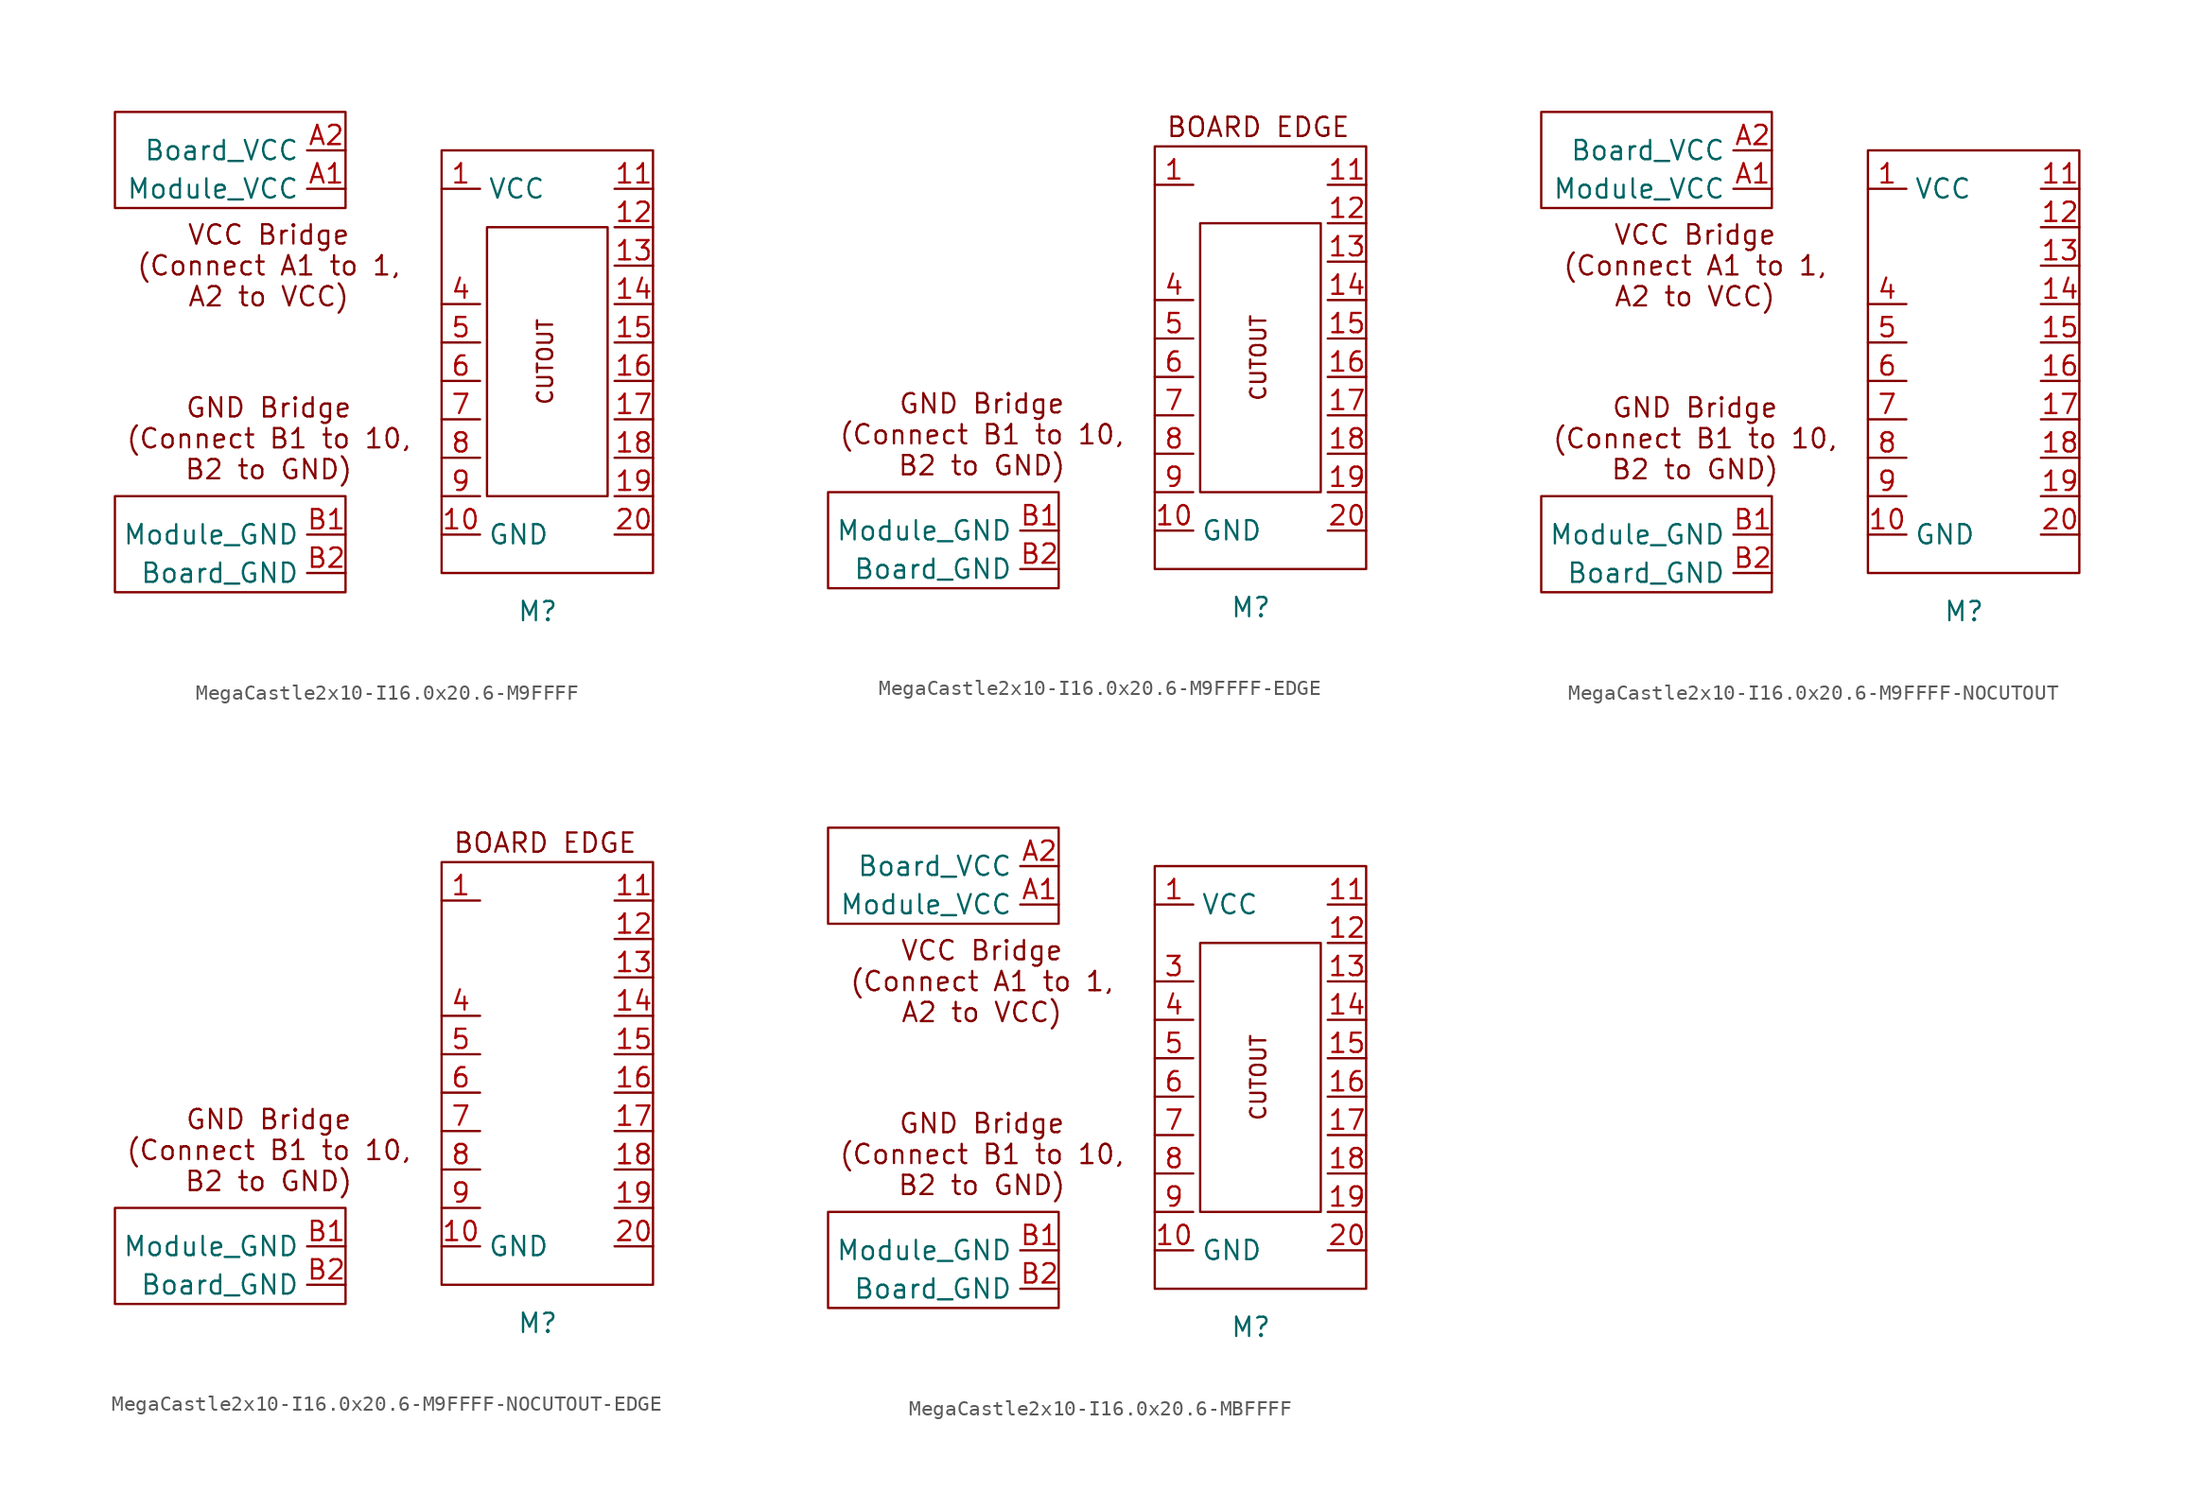
<source format=kicad_sym>
(kicad_symbol_lib
  (version 20241209)
  (generator "kicad_symbol_editor")
  (generator_version "9.0")
  (symbol "MegaCastle2x10-I16.0x20.6-M9FFFF"
    (property "Reference" "M"
      (at 0 -16.51 0)
      (effects (font (size 1.27 1.27))))
    (property "Value" ""
      (at 0 5.08 0)
      (effects (font (size 1.27 1.27))))
    (symbol "MegaCastle2x10-I16.0x20.6-M9FFFF_0_1"
      (rectangle (start -27.94 16.51) (end -12.7 10.16) (stroke (width 0) (type default)) (fill (type none)))
      (rectangle (start -27.94 -8.89) (end -12.7 -15.24) (stroke (width 0) (type default)) (fill (type none)))
      (rectangle (start -6.35 13.97) (end 7.62 -13.97) (stroke (width 0) (type default)) (fill (type none)))
      (rectangle (start -3.35 8.89) (end 4.62 -8.89) (stroke (width 0) (type default)) (fill (type none))))
    (symbol "MegaCastle2x10-I16.0x20.6-M9FFFF_1_1"
      (text "VCC Bridge\n(Connect A1 to 1,\nA2 to VCC)" (at -17.78 6.35 0) (effects (font (size 1.27 1.27))))
      (text "GND Bridge\n(Connect B1 to 10,\nB2 to GND)" (at -17.78 -5.08 0) (effects (font (size 1.27 1.27))))
      (text "CUTOUT" (at 0.5 0 900) (effects (font (size 1 1))))
      (pin bidirectional line (at -12.7 13.97 180) (length 2.54) (name "Board_VCC" (effects (font (size 1.27 1.27)))) (number "A2" (effects (font (size 1.27 1.27)))))
      (pin bidirectional line (at -12.7 11.43 180) (length 2.54) (name "Module_VCC" (effects (font (size 1.27 1.27)))) (number "A1" (effects (font (size 1.27 1.27)))))
      (pin bidirectional line (at -12.7 -11.43 180) (length 2.54) (name "Module_GND" (effects (font (size 1.27 1.27)))) (number "B1" (effects (font (size 1.27 1.27)))))
      (pin bidirectional line (at -12.7 -13.97 180) (length 2.54) (name "Board_GND" (effects (font (size 1.27 1.27)))) (number "B2" (effects (font (size 1.27 1.27)))))
      (pin bidirectional line (at -6.35 11.43 0) (length 2.54) (name "VCC" (effects (font (size 1.27 1.27)))) (number "1" (effects (font (size 1.27 1.27)))))
      (pin bidirectional line (at -6.35 3.81 0) (length 2.54) (name "" (effects (font (size 1.27 1.27)))) (number "4" (effects (font (size 1.27 1.27)))))
      (pin bidirectional line (at -6.35 1.27 0) (length 2.54) (name "" (effects (font (size 1.27 1.27)))) (number "5" (effects (font (size 1.27 1.27)))))
      (pin bidirectional line (at -6.35 -1.27 0) (length 2.54) (name "" (effects (font (size 1.27 1.27)))) (number "6" (effects (font (size 1.27 1.27)))))
      (pin bidirectional line (at -6.35 -3.81 0) (length 2.54) (name "" (effects (font (size 1.27 1.27)))) (number "7" (effects (font (size 1.27 1.27)))))
      (pin bidirectional line (at -6.35 -6.35 0) (length 2.54) (name "" (effects (font (size 1.27 1.27)))) (number "8" (effects (font (size 1.27 1.27)))))
      (pin bidirectional line (at -6.35 -8.89 0) (length 2.54) (name "" (effects (font (size 1.27 1.27)))) (number "9" (effects (font (size 1.27 1.27)))))
      (pin bidirectional line (at -6.35 -11.43 0) (length 2.54) (name "GND" (effects (font (size 1.27 1.27)))) (number "10" (effects (font (size 1.27 1.27)))))
      (pin bidirectional line (at 7.62 11.43 180) (length 2.54) (name "" (effects (font (size 1.27 1.27)))) (number "11" (effects (font (size 1.27 1.27)))))
      (pin bidirectional line (at 7.62 8.89 180) (length 2.54) (name "" (effects (font (size 1.27 1.27)))) (number "12" (effects (font (size 1.27 1.27)))))
      (pin bidirectional line (at 7.62 6.35 180) (length 2.54) (name "" (effects (font (size 1.27 1.27)))) (number "13" (effects (font (size 1.27 1.27)))))
      (pin bidirectional line (at 7.62 3.81 180) (length 2.54) (name "" (effects (font (size 1.27 1.27)))) (number "14" (effects (font (size 1.27 1.27)))))
      (pin bidirectional line (at 7.62 1.27 180) (length 2.54) (name "" (effects (font (size 1.27 1.27)))) (number "15" (effects (font (size 1.27 1.27)))))
      (pin bidirectional line (at 7.62 -1.27 180) (length 2.54) (name "" (effects (font (size 1.27 1.27)))) (number "16" (effects (font (size 1.27 1.27)))))
      (pin bidirectional line (at 7.62 -3.81 180) (length 2.54) (name "" (effects (font (size 1.27 1.27)))) (number "17" (effects (font (size 1.27 1.27)))))
      (pin bidirectional line (at 7.62 -6.35 180) (length 2.54) (name "" (effects (font (size 1.27 1.27)))) (number "18" (effects (font (size 1.27 1.27)))))
      (pin bidirectional line (at 7.62 -8.89 180) (length 2.54) (name "" (effects (font (size 1.27 1.27)))) (number "19" (effects (font (size 1.27 1.27)))))
      (pin bidirectional line (at 7.62 -11.43 180) (length 2.54) (name "" (effects (font (size 1.27 1.27)))) (number "20" (effects (font (size 1.27 1.27)))))))
  (symbol "MegaCastle2x10-I16.0x20.6-M9FFFF-EDGE"
    (property "Reference" "M"
      (at 0 -16.51 0)
      (effects (font (size 1.27 1.27))))
    (property "Value" ""
      (at 0 5.08 0)
      (effects (font (size 1.27 1.27))))
    (symbol "MegaCastle2x10-I16.0x20.6-M9FFFF-EDGE_0_1"
      (rectangle (start -27.94 -8.89) (end -12.7 -15.24) (stroke (width 0) (type default)) (fill (type none)))
      (rectangle (start -6.35 13.97) (end 7.62 -13.97) (stroke (width 0) (type default)) (fill (type none)))
      (rectangle (start -3.35 8.89) (end 4.62 -8.89) (stroke (width 0) (type default)) (fill (type none))))
    (symbol "MegaCastle2x10-I16.0x20.6-M9FFFF-EDGE_1_1"
      (text "GND Bridge\n(Connect B1 to 10,\nB2 to GND)" (at -17.78 -5.08 0) (effects (font (size 1.27 1.27))))
      (text " BOARD EDGE" (at 0 15.24 0) (effects (font (size 1.27 1.27))))
      (text "CUTOUT" (at 0.5 0 900) (effects (font (size 1 1))))
      (pin bidirectional line (at -12.7 -11.43 180) (length 2.54) (name "Module_GND" (effects (font (size 1.27 1.27)))) (number "B1" (effects (font (size 1.27 1.27)))))
      (pin bidirectional line (at -12.7 -13.97 180) (length 2.54) (name "Board_GND" (effects (font (size 1.27 1.27)))) (number "B2" (effects (font (size 1.27 1.27)))))
      (pin bidirectional line (at -6.35 11.43 0) (length 2.54) (name "" (effects (font (size 1.27 1.27)))) (number "1" (effects (font (size 1.27 1.27)))))
      (pin bidirectional line (at -6.35 3.81 0) (length 2.54) (name "" (effects (font (size 1.27 1.27)))) (number "4" (effects (font (size 1.27 1.27)))))
      (pin bidirectional line (at -6.35 1.27 0) (length 2.54) (name "" (effects (font (size 1.27 1.27)))) (number "5" (effects (font (size 1.27 1.27)))))
      (pin bidirectional line (at -6.35 -1.27 0) (length 2.54) (name "" (effects (font (size 1.27 1.27)))) (number "6" (effects (font (size 1.27 1.27)))))
      (pin bidirectional line (at -6.35 -3.81 0) (length 2.54) (name "" (effects (font (size 1.27 1.27)))) (number "7" (effects (font (size 1.27 1.27)))))
      (pin bidirectional line (at -6.35 -6.35 0) (length 2.54) (name "" (effects (font (size 1.27 1.27)))) (number "8" (effects (font (size 1.27 1.27)))))
      (pin bidirectional line (at -6.35 -8.89 0) (length 2.54) (name "" (effects (font (size 1.27 1.27)))) (number "9" (effects (font (size 1.27 1.27)))))
      (pin bidirectional line (at -6.35 -11.43 0) (length 2.54) (name "GND" (effects (font (size 1.27 1.27)))) (number "10" (effects (font (size 1.27 1.27)))))
      (pin bidirectional line (at 7.62 11.43 180) (length 2.54) (name "" (effects (font (size 1.27 1.27)))) (number "11" (effects (font (size 1.27 1.27)))))
      (pin bidirectional line (at 7.62 8.89 180) (length 2.54) (name "" (effects (font (size 1.27 1.27)))) (number "12" (effects (font (size 1.27 1.27)))))
      (pin bidirectional line (at 7.62 6.35 180) (length 2.54) (name "" (effects (font (size 1.27 1.27)))) (number "13" (effects (font (size 1.27 1.27)))))
      (pin bidirectional line (at 7.62 3.81 180) (length 2.54) (name "" (effects (font (size 1.27 1.27)))) (number "14" (effects (font (size 1.27 1.27)))))
      (pin bidirectional line (at 7.62 1.27 180) (length 2.54) (name "" (effects (font (size 1.27 1.27)))) (number "15" (effects (font (size 1.27 1.27)))))
      (pin bidirectional line (at 7.62 -1.27 180) (length 2.54) (name "" (effects (font (size 1.27 1.27)))) (number "16" (effects (font (size 1.27 1.27)))))
      (pin bidirectional line (at 7.62 -3.81 180) (length 2.54) (name "" (effects (font (size 1.27 1.27)))) (number "17" (effects (font (size 1.27 1.27)))))
      (pin bidirectional line (at 7.62 -6.35 180) (length 2.54) (name "" (effects (font (size 1.27 1.27)))) (number "18" (effects (font (size 1.27 1.27)))))
      (pin bidirectional line (at 7.62 -8.89 180) (length 2.54) (name "" (effects (font (size 1.27 1.27)))) (number "19" (effects (font (size 1.27 1.27)))))
      (pin bidirectional line (at 7.62 -11.43 180) (length 2.54) (name "" (effects (font (size 1.27 1.27)))) (number "20" (effects (font (size 1.27 1.27)))))))
  (symbol "MegaCastle2x10-I16.0x20.6-M9FFFF-NOCUTOUT"
    (property "Reference" "M"
      (at 0 -16.51 0)
      (effects (font (size 1.27 1.27))))
    (property "Value" ""
      (at 0 5.08 0)
      (effects (font (size 1.27 1.27))))
    (symbol "MegaCastle2x10-I16.0x20.6-M9FFFF-NOCUTOUT_0_1"
      (rectangle (start -27.94 16.51) (end -12.7 10.16) (stroke (width 0) (type default)) (fill (type none)))
      (rectangle (start -27.94 -8.89) (end -12.7 -15.24) (stroke (width 0) (type default)) (fill (type none)))
      (rectangle (start -6.35 13.97) (end 7.62 -13.97) (stroke (width 0) (type default)) (fill (type none))))
    (symbol "MegaCastle2x10-I16.0x20.6-M9FFFF-NOCUTOUT_1_1"
      (text "VCC Bridge\n(Connect A1 to 1,\nA2 to VCC)" (at -17.78 6.35 0) (effects (font (size 1.27 1.27))))
      (text "GND Bridge\n(Connect B1 to 10,\nB2 to GND)" (at -17.78 -5.08 0) (effects (font (size 1.27 1.27))))
      (pin bidirectional line (at -12.7 13.97 180) (length 2.54) (name "Board_VCC" (effects (font (size 1.27 1.27)))) (number "A2" (effects (font (size 1.27 1.27)))))
      (pin bidirectional line (at -12.7 11.43 180) (length 2.54) (name "Module_VCC" (effects (font (size 1.27 1.27)))) (number "A1" (effects (font (size 1.27 1.27)))))
      (pin bidirectional line (at -12.7 -11.43 180) (length 2.54) (name "Module_GND" (effects (font (size 1.27 1.27)))) (number "B1" (effects (font (size 1.27 1.27)))))
      (pin bidirectional line (at -12.7 -13.97 180) (length 2.54) (name "Board_GND" (effects (font (size 1.27 1.27)))) (number "B2" (effects (font (size 1.27 1.27)))))
      (pin bidirectional line (at -6.35 11.43 0) (length 2.54) (name "VCC" (effects (font (size 1.27 1.27)))) (number "1" (effects (font (size 1.27 1.27)))))
      (pin bidirectional line (at -6.35 3.81 0) (length 2.54) (name "" (effects (font (size 1.27 1.27)))) (number "4" (effects (font (size 1.27 1.27)))))
      (pin bidirectional line (at -6.35 1.27 0) (length 2.54) (name "" (effects (font (size 1.27 1.27)))) (number "5" (effects (font (size 1.27 1.27)))))
      (pin bidirectional line (at -6.35 -1.27 0) (length 2.54) (name "" (effects (font (size 1.27 1.27)))) (number "6" (effects (font (size 1.27 1.27)))))
      (pin bidirectional line (at -6.35 -3.81 0) (length 2.54) (name "" (effects (font (size 1.27 1.27)))) (number "7" (effects (font (size 1.27 1.27)))))
      (pin bidirectional line (at -6.35 -6.35 0) (length 2.54) (name "" (effects (font (size 1.27 1.27)))) (number "8" (effects (font (size 1.27 1.27)))))
      (pin bidirectional line (at -6.35 -8.89 0) (length 2.54) (name "" (effects (font (size 1.27 1.27)))) (number "9" (effects (font (size 1.27 1.27)))))
      (pin bidirectional line (at -6.35 -11.43 0) (length 2.54) (name "GND" (effects (font (size 1.27 1.27)))) (number "10" (effects (font (size 1.27 1.27)))))
      (pin bidirectional line (at 7.62 11.43 180) (length 2.54) (name "" (effects (font (size 1.27 1.27)))) (number "11" (effects (font (size 1.27 1.27)))))
      (pin bidirectional line (at 7.62 8.89 180) (length 2.54) (name "" (effects (font (size 1.27 1.27)))) (number "12" (effects (font (size 1.27 1.27)))))
      (pin bidirectional line (at 7.62 6.35 180) (length 2.54) (name "" (effects (font (size 1.27 1.27)))) (number "13" (effects (font (size 1.27 1.27)))))
      (pin bidirectional line (at 7.62 3.81 180) (length 2.54) (name "" (effects (font (size 1.27 1.27)))) (number "14" (effects (font (size 1.27 1.27)))))
      (pin bidirectional line (at 7.62 1.27 180) (length 2.54) (name "" (effects (font (size 1.27 1.27)))) (number "15" (effects (font (size 1.27 1.27)))))
      (pin bidirectional line (at 7.62 -1.27 180) (length 2.54) (name "" (effects (font (size 1.27 1.27)))) (number "16" (effects (font (size 1.27 1.27)))))
      (pin bidirectional line (at 7.62 -3.81 180) (length 2.54) (name "" (effects (font (size 1.27 1.27)))) (number "17" (effects (font (size 1.27 1.27)))))
      (pin bidirectional line (at 7.62 -6.35 180) (length 2.54) (name "" (effects (font (size 1.27 1.27)))) (number "18" (effects (font (size 1.27 1.27)))))
      (pin bidirectional line (at 7.62 -8.89 180) (length 2.54) (name "" (effects (font (size 1.27 1.27)))) (number "19" (effects (font (size 1.27 1.27)))))
      (pin bidirectional line (at 7.62 -11.43 180) (length 2.54) (name "" (effects (font (size 1.27 1.27)))) (number "20" (effects (font (size 1.27 1.27)))))))
  (symbol "MegaCastle2x10-I16.0x20.6-M9FFFF-NOCUTOUT-EDGE"
    (property "Reference" "M"
      (at 0 -16.51 0)
      (effects (font (size 1.27 1.27))))
    (property "Value" ""
      (at 0 5.08 0)
      (effects (font (size 1.27 1.27))))
    (symbol "MegaCastle2x10-I16.0x20.6-M9FFFF-NOCUTOUT-EDGE_0_1"
      (rectangle (start -27.94 -8.89) (end -12.7 -15.24) (stroke (width 0) (type default)) (fill (type none)))
      (rectangle (start -6.35 13.97) (end 7.62 -13.97) (stroke (width 0) (type default)) (fill (type none))))
    (symbol "MegaCastle2x10-I16.0x20.6-M9FFFF-NOCUTOUT-EDGE_1_1"
      (text "GND Bridge\n(Connect B1 to 10,\nB2 to GND)" (at -17.78 -5.08 0) (effects (font (size 1.27 1.27))))
      (text " BOARD EDGE" (at 0 15.24 0) (effects (font (size 1.27 1.27))))
      (pin bidirectional line (at -12.7 -11.43 180) (length 2.54) (name "Module_GND" (effects (font (size 1.27 1.27)))) (number "B1" (effects (font (size 1.27 1.27)))))
      (pin bidirectional line (at -12.7 -13.97 180) (length 2.54) (name "Board_GND" (effects (font (size 1.27 1.27)))) (number "B2" (effects (font (size 1.27 1.27)))))
      (pin bidirectional line (at -6.35 11.43 0) (length 2.54) (name "" (effects (font (size 1.27 1.27)))) (number "1" (effects (font (size 1.27 1.27)))))
      (pin bidirectional line (at -6.35 3.81 0) (length 2.54) (name "" (effects (font (size 1.27 1.27)))) (number "4" (effects (font (size 1.27 1.27)))))
      (pin bidirectional line (at -6.35 1.27 0) (length 2.54) (name "" (effects (font (size 1.27 1.27)))) (number "5" (effects (font (size 1.27 1.27)))))
      (pin bidirectional line (at -6.35 -1.27 0) (length 2.54) (name "" (effects (font (size 1.27 1.27)))) (number "6" (effects (font (size 1.27 1.27)))))
      (pin bidirectional line (at -6.35 -3.81 0) (length 2.54) (name "" (effects (font (size 1.27 1.27)))) (number "7" (effects (font (size 1.27 1.27)))))
      (pin bidirectional line (at -6.35 -6.35 0) (length 2.54) (name "" (effects (font (size 1.27 1.27)))) (number "8" (effects (font (size 1.27 1.27)))))
      (pin bidirectional line (at -6.35 -8.89 0) (length 2.54) (name "" (effects (font (size 1.27 1.27)))) (number "9" (effects (font (size 1.27 1.27)))))
      (pin bidirectional line (at -6.35 -11.43 0) (length 2.54) (name "GND" (effects (font (size 1.27 1.27)))) (number "10" (effects (font (size 1.27 1.27)))))
      (pin bidirectional line (at 7.62 11.43 180) (length 2.54) (name "" (effects (font (size 1.27 1.27)))) (number "11" (effects (font (size 1.27 1.27)))))
      (pin bidirectional line (at 7.62 8.89 180) (length 2.54) (name "" (effects (font (size 1.27 1.27)))) (number "12" (effects (font (size 1.27 1.27)))))
      (pin bidirectional line (at 7.62 6.35 180) (length 2.54) (name "" (effects (font (size 1.27 1.27)))) (number "13" (effects (font (size 1.27 1.27)))))
      (pin bidirectional line (at 7.62 3.81 180) (length 2.54) (name "" (effects (font (size 1.27 1.27)))) (number "14" (effects (font (size 1.27 1.27)))))
      (pin bidirectional line (at 7.62 1.27 180) (length 2.54) (name "" (effects (font (size 1.27 1.27)))) (number "15" (effects (font (size 1.27 1.27)))))
      (pin bidirectional line (at 7.62 -1.27 180) (length 2.54) (name "" (effects (font (size 1.27 1.27)))) (number "16" (effects (font (size 1.27 1.27)))))
      (pin bidirectional line (at 7.62 -3.81 180) (length 2.54) (name "" (effects (font (size 1.27 1.27)))) (number "17" (effects (font (size 1.27 1.27)))))
      (pin bidirectional line (at 7.62 -6.35 180) (length 2.54) (name "" (effects (font (size 1.27 1.27)))) (number "18" (effects (font (size 1.27 1.27)))))
      (pin bidirectional line (at 7.62 -8.89 180) (length 2.54) (name "" (effects (font (size 1.27 1.27)))) (number "19" (effects (font (size 1.27 1.27)))))
      (pin bidirectional line (at 7.62 -11.43 180) (length 2.54) (name "" (effects (font (size 1.27 1.27)))) (number "20" (effects (font (size 1.27 1.27)))))))
  (symbol "MegaCastle2x10-I16.0x20.6-MBFFFF"
    (property "Reference" "M"
      (at 0 -16.51 0)
      (effects (font (size 1.27 1.27))))
    (property "Value" ""
      (at 0 5.08 0)
      (effects (font (size 1.27 1.27))))
    (symbol "MegaCastle2x10-I16.0x20.6-MBFFFF_0_1"
      (rectangle (start -27.94 16.51) (end -12.7 10.16) (stroke (width 0) (type default)) (fill (type none)))
      (rectangle (start -27.94 -8.89) (end -12.7 -15.24) (stroke (width 0) (type default)) (fill (type none)))
      (rectangle (start -6.35 13.97) (end 7.62 -13.97) (stroke (width 0) (type default)) (fill (type none)))
      (rectangle (start -3.35 8.89) (end 4.62 -8.89) (stroke (width 0) (type default)) (fill (type none))))
    (symbol "MegaCastle2x10-I16.0x20.6-MBFFFF_1_1"
      (text "VCC Bridge\n(Connect A1 to 1,\nA2 to VCC)" (at -17.78 6.35 0) (effects (font (size 1.27 1.27))))
      (text "GND Bridge\n(Connect B1 to 10,\nB2 to GND)" (at -17.78 -5.08 0) (effects (font (size 1.27 1.27))))
      (text "CUTOUT" (at 0.5 0 900) (effects (font (size 1 1))))
      (pin bidirectional line (at -12.7 13.97 180) (length 2.54) (name "Board_VCC" (effects (font (size 1.27 1.27)))) (number "A2" (effects (font (size 1.27 1.27)))))
      (pin bidirectional line (at -12.7 11.43 180) (length 2.54) (name "Module_VCC" (effects (font (size 1.27 1.27)))) (number "A1" (effects (font (size 1.27 1.27)))))
      (pin bidirectional line (at -12.7 -11.43 180) (length 2.54) (name "Module_GND" (effects (font (size 1.27 1.27)))) (number "B1" (effects (font (size 1.27 1.27)))))
      (pin bidirectional line (at -12.7 -13.97 180) (length 2.54) (name "Board_GND" (effects (font (size 1.27 1.27)))) (number "B2" (effects (font (size 1.27 1.27)))))
      (pin bidirectional line (at -6.35 11.43 0) (length 2.54) (name "VCC" (effects (font (size 1.27 1.27)))) (number "1" (effects (font (size 1.27 1.27)))))
      (pin bidirectional line (at -6.35 6.35 0) (length 2.54) (name "" (effects (font (size 1.27 1.27)))) (number "3" (effects (font (size 1.27 1.27)))))
      (pin bidirectional line (at -6.35 3.81 0) (length 2.54) (name "" (effects (font (size 1.27 1.27)))) (number "4" (effects (font (size 1.27 1.27)))))
      (pin bidirectional line (at -6.35 1.27 0) (length 2.54) (name "" (effects (font (size 1.27 1.27)))) (number "5" (effects (font (size 1.27 1.27)))))
      (pin bidirectional line (at -6.35 -1.27 0) (length 2.54) (name "" (effects (font (size 1.27 1.27)))) (number "6" (effects (font (size 1.27 1.27)))))
      (pin bidirectional line (at -6.35 -3.81 0) (length 2.54) (name "" (effects (font (size 1.27 1.27)))) (number "7" (effects (font (size 1.27 1.27)))))
      (pin bidirectional line (at -6.35 -6.35 0) (length 2.54) (name "" (effects (font (size 1.27 1.27)))) (number "8" (effects (font (size 1.27 1.27)))))
      (pin bidirectional line (at -6.35 -8.89 0) (length 2.54) (name "" (effects (font (size 1.27 1.27)))) (number "9" (effects (font (size 1.27 1.27)))))
      (pin bidirectional line (at -6.35 -11.43 0) (length 2.54) (name "GND" (effects (font (size 1.27 1.27)))) (number "10" (effects (font (size 1.27 1.27)))))
      (pin bidirectional line (at 7.62 11.43 180) (length 2.54) (name "" (effects (font (size 1.27 1.27)))) (number "11" (effects (font (size 1.27 1.27)))))
      (pin bidirectional line (at 7.62 8.89 180) (length 2.54) (name "" (effects (font (size 1.27 1.27)))) (number "12" (effects (font (size 1.27 1.27)))))
      (pin bidirectional line (at 7.62 6.35 180) (length 2.54) (name "" (effects (font (size 1.27 1.27)))) (number "13" (effects (font (size 1.27 1.27)))))
      (pin bidirectional line (at 7.62 3.81 180) (length 2.54) (name "" (effects (font (size 1.27 1.27)))) (number "14" (effects (font (size 1.27 1.27)))))
      (pin bidirectional line (at 7.62 1.27 180) (length 2.54) (name "" (effects (font (size 1.27 1.27)))) (number "15" (effects (font (size 1.27 1.27)))))
      (pin bidirectional line (at 7.62 -1.27 180) (length 2.54) (name "" (effects (font (size 1.27 1.27)))) (number "16" (effects (font (size 1.27 1.27)))))
      (pin bidirectional line (at 7.62 -3.81 180) (length 2.54) (name "" (effects (font (size 1.27 1.27)))) (number "17" (effects (font (size 1.27 1.27)))))
      (pin bidirectional line (at 7.62 -6.35 180) (length 2.54) (name "" (effects (font (size 1.27 1.27)))) (number "18" (effects (font (size 1.27 1.27)))))
      (pin bidirectional line (at 7.62 -8.89 180) (length 2.54) (name "" (effects (font (size 1.27 1.27)))) (number "19" (effects (font (size 1.27 1.27)))))
      (pin bidirectional line (at 7.62 -11.43 180) (length 2.54) (name "" (effects (font (size 1.27 1.27)))) (number "20" (effects (font (size 1.27 1.27))))))))
</source>
